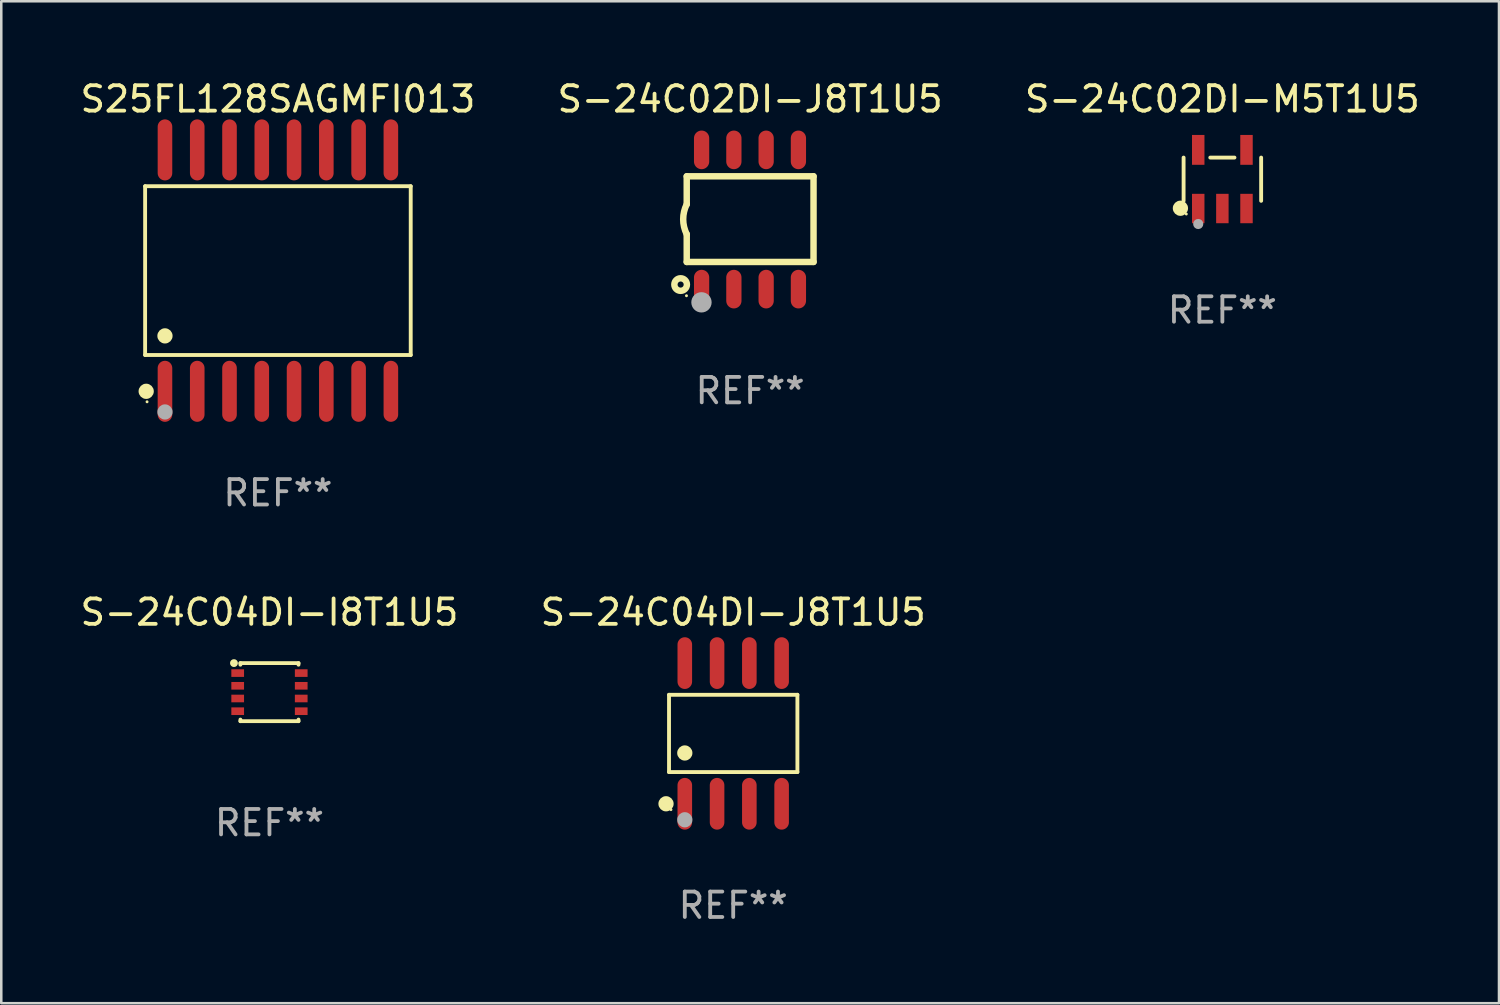
<source format=kicad_pcb>
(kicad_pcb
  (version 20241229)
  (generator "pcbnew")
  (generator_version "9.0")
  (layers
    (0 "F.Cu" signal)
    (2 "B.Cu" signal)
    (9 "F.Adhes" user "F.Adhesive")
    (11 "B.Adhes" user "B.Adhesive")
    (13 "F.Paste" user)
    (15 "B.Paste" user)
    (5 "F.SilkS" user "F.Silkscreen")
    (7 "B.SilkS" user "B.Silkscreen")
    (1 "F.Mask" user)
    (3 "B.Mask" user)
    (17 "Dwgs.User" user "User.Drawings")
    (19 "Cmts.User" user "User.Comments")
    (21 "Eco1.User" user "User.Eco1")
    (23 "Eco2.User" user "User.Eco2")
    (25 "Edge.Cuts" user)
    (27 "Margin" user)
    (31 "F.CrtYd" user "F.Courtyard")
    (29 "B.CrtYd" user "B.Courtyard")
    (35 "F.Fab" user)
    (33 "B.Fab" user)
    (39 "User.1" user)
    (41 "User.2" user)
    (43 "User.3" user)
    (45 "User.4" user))
  (footprint "S25FL128SAGMFI013"
    (layer "F.Cu")
    (at 7.887 7.599)
    (property "Reference" "S25FL128SAGMFI013" (at 0 -6.75 0) (layer "F.SilkS") (effects (font (size 1 1) (thickness 0.15))))
    (attr through_hole)
    (fp_line (start -5.226 -3.321) (end 5.226 -3.321) (stroke (width 0.152) (type solid)) (layer "F.SilkS"))
    (fp_line (start -5.226 3.321) (end -5.226 -3.321) (stroke (width 0.152) (type solid)) (layer "F.SilkS"))
    (fp_line (start 5.226 -3.321) (end 5.226 3.321) (stroke (width 0.152) (type solid)) (layer "F.SilkS"))
    (fp_line (start 5.226 3.321) (end -5.226 3.321) (stroke (width 0.152) (type solid)) (layer "F.SilkS"))
    (fp_circle (center -5.184 4.75) (end -5.034 4.75) (stroke (width 0.3) (type solid)) (fill no) (layer "F.SilkS"))
    (fp_circle (center -5.15 5.163) (end -5.12 5.163) (stroke (width 0.06) (type solid)) (fill no) (layer "F.SilkS"))
    (fp_circle (center -4.445 2.569) (end -4.295 2.569) (stroke (width 0.3) (type solid)) (fill no) (layer "F.SilkS"))
    (fp_circle (center -4.445 5.563) (end -4.295 5.563) (stroke (width 0.3) (type solid)) (fill no) (layer "F.Fab"))
    (fp_text user "REF**" (at 0 8.75 0) (layer "F.Fab") (effects (font (size 1 1) (thickness 0.15))))
    (pad "1" smd oval (at -4.445 4.75) (size 0.574 2.401) (layers "F.Cu" "F.Mask" "F.Paste"))
    (pad "2" smd oval (at -3.175 4.75) (size 0.574 2.401) (layers "F.Cu" "F.Mask" "F.Paste"))
    (pad "3" smd oval (at -1.905 4.75) (size 0.574 2.401) (layers "F.Cu" "F.Mask" "F.Paste"))
    (pad "4" smd oval (at -0.635 4.75) (size 0.574 2.401) (layers "F.Cu" "F.Mask" "F.Paste"))
    (pad "5" smd oval (at 0.635 4.75) (size 0.574 2.401) (layers "F.Cu" "F.Mask" "F.Paste"))
    (pad "6" smd oval (at 1.905 4.75) (size 0.574 2.401) (layers "F.Cu" "F.Mask" "F.Paste"))
    (pad "7" smd oval (at 3.175 4.75) (size 0.574 2.401) (layers "F.Cu" "F.Mask" "F.Paste"))
    (pad "8" smd oval (at 4.445 4.75) (size 0.574 2.401) (layers "F.Cu" "F.Mask" "F.Paste"))
    (pad "9" smd oval (at 4.445 -4.75) (size 0.574 2.401) (layers "F.Cu" "F.Mask" "F.Paste"))
    (pad "10" smd oval (at 3.175 -4.75) (size 0.574 2.401) (layers "F.Cu" "F.Mask" "F.Paste"))
    (pad "11" smd oval (at 1.905 -4.75) (size 0.574 2.401) (layers "F.Cu" "F.Mask" "F.Paste"))
    (pad "12" smd oval (at 0.635 -4.75) (size 0.574 2.401) (layers "F.Cu" "F.Mask" "F.Paste"))
    (pad "13" smd oval (at -0.635 -4.75) (size 0.574 2.401) (layers "F.Cu" "F.Mask" "F.Paste"))
    (pad "14" smd oval (at -1.905 -4.75) (size 0.574 2.401) (layers "F.Cu" "F.Mask" "F.Paste"))
    (pad "15" smd oval (at -3.175 -4.75) (size 0.574 2.401) (layers "F.Cu" "F.Mask" "F.Paste"))
    (pad "16" smd oval (at -4.445 -4.75) (size 0.574 2.401) (layers "F.Cu" "F.Mask" "F.Paste")))
  (footprint "S-24C04DI-J8T1U5"
    (layer "F.Cu")
    (at 25.804 25.813)
    (property "Reference" "S-24C04DI-J8T1U5" (at 0 -4.768 0) (layer "F.SilkS") (effects (font (size 1 1) (thickness 0.15))))
    (attr through_hole)
    (fp_line (start -2.526 -1.521) (end 2.526 -1.521) (stroke (width 0.152) (type solid)) (layer "F.SilkS"))
    (fp_line (start -2.526 1.521) (end -2.526 -1.521) (stroke (width 0.152) (type solid)) (layer "F.SilkS"))
    (fp_line (start 2.526 -1.521) (end 2.526 1.521) (stroke (width 0.152) (type solid)) (layer "F.SilkS"))
    (fp_line (start 2.526 1.521) (end -2.526 1.521) (stroke (width 0.152) (type solid)) (layer "F.SilkS"))
    (fp_circle (center -2.644 2.768) (end -2.494 2.768) (stroke (width 0.3) (type solid)) (fill no) (layer "F.SilkS"))
    (fp_circle (center -2.45 2.998) (end -2.42 2.998) (stroke (width 0.06) (type solid)) (fill no) (layer "F.SilkS"))
    (fp_circle (center -1.905 0.769) (end -1.755 0.769) (stroke (width 0.3) (type solid)) (fill no) (layer "F.SilkS"))
    (fp_circle (center -1.905 3.398) (end -1.755 3.398) (stroke (width 0.3) (type solid)) (fill no) (layer "F.Fab"))
    (fp_text user "REF**" (at 0 6.768 0) (layer "F.Fab") (effects (font (size 1 1) (thickness 0.15))))
    (pad "1" smd oval (at -1.905 2.768) (size 0.574 2.036) (layers "F.Cu" "F.Mask" "F.Paste"))
    (pad "2" smd oval (at -0.635 2.768) (size 0.574 2.036) (layers "F.Cu" "F.Mask" "F.Paste"))
    (pad "3" smd oval (at 0.635 2.768) (size 0.574 2.036) (layers "F.Cu" "F.Mask" "F.Paste"))
    (pad "4" smd oval (at 1.905 2.768) (size 0.574 2.036) (layers "F.Cu" "F.Mask" "F.Paste"))
    (pad "5" smd oval (at 1.905 -2.768) (size 0.574 2.036) (layers "F.Cu" "F.Mask" "F.Paste"))
    (pad "6" smd oval (at 0.635 -2.768) (size 0.574 2.036) (layers "F.Cu" "F.Mask" "F.Paste"))
    (pad "7" smd oval (at -0.635 -2.768) (size 0.574 2.036) (layers "F.Cu" "F.Mask" "F.Paste"))
    (pad "8" smd oval (at -1.905 -2.768) (size 0.574 2.036) (layers "F.Cu" "F.Mask" "F.Paste")))
  (footprint "S-24C02DI-M5T1U5"
    (layer "F.Cu")
    (at 45.054 4.002)
    (property "Reference" "S-24C02DI-M5T1U5" (at 0 -3.154 0) (layer "F.SilkS") (effects (font (size 1 1) (thickness 0.15))))
    (attr through_hole)
    (fp_line (start -1.526 0.851) (end -1.526 -0.851) (stroke (width 0.152) (type solid)) (layer "F.SilkS"))
    (fp_line (start 0.476 -0.851) (end -0.476 -0.851) (stroke (width 0.152) (type solid)) (layer "F.SilkS"))
    (fp_line (start 1.526 0.851) (end 1.526 -0.851) (stroke (width 0.152) (type solid)) (layer "F.SilkS"))
    (fp_circle (center -1.651 1.143) (end -1.501 1.143) (stroke (width 0.3) (type solid)) (fill no) (layer "F.SilkS"))
    (fp_circle (center -1.42 1.37) (end -1.39 1.37) (stroke (width 0.06) (type solid)) (fill no) (layer "F.SilkS"))
    (fp_circle (center -0.95 1.763) (end -0.85 1.763) (stroke (width 0.2) (type solid)) (fill no) (layer "F.Fab"))
    (fp_text user "REF**" (at 0 5.154 0) (layer "F.Fab") (effects (font (size 1 1) (thickness 0.15))))
    (pad "1" smd rect (at -0.95 1.154) (size 0.49 1.157) (layers "F.Cu" "F.Mask" "F.Paste"))
    (pad "2" smd rect (at 0 1.154) (size 0.49 1.157) (layers "F.Cu" "F.Mask" "F.Paste"))
    (pad "3" smd rect (at 0.95 1.154) (size 0.49 1.157) (layers "F.Cu" "F.Mask" "F.Paste"))
    (pad "4" smd rect (at 0.95 -1.154) (size 0.49 1.175) (layers "F.Cu" "F.Mask" "F.Paste"))
    (pad "5" smd rect (at -0.95 -1.154) (size 0.49 1.175) (layers "F.Cu" "F.Mask" "F.Paste")))
  (footprint "S-24C04DI-I8T1U5"
    (layer "F.Cu")
    (at 7.554 24.188)
    (property "Reference" "S-24C04DI-I8T1U5" (at 0 -3.143 0) (layer "F.SilkS") (effects (font (size 1 1) (thickness 0.15))))
    (attr through_hole)
    (fp_line (start -1.143 -1.143) (end -1.143 -1.079) (stroke (width 0.15) (type solid)) (layer "F.SilkS"))
    (fp_line (start -1.143 1.079) (end -1.143 1.143) (stroke (width 0.15) (type solid)) (layer "F.SilkS"))
    (fp_line (start -1.143 1.143) (end 1.143 1.143) (stroke (width 0.15) (type solid)) (layer "F.SilkS"))
    (fp_line (start 1.143 -1.143) (end -1.143 -1.143) (stroke (width 0.15) (type solid)) (layer "F.SilkS"))
    (fp_line (start 1.143 -1.079) (end 1.143 -1.143) (stroke (width 0.15) (type solid)) (layer "F.SilkS"))
    (fp_line (start 1.143 1.143) (end 1.143 1.079) (stroke (width 0.15) (type solid)) (layer "F.SilkS"))
    (fp_circle (center -1.397 -1.143) (end -1.317 -1.143) (stroke (width 0.15) (type solid)) (fill no) (layer "F.SilkS"))
    (fp_text user "REF**" (at 0 5.143 0) (layer "F.Fab") (effects (font (size 1 1) (thickness 0.15))))
    (pad "1" smd rect (at -1.25 -0.75 270) (size 0.3 0.5) (layers "F.Cu" "F.Mask" "F.Paste"))
    (pad "2" smd rect (at -1.25 -0.25 270) (size 0.3 0.5) (layers "F.Cu" "F.Mask" "F.Paste"))
    (pad "3" smd rect (at -1.25 0.25 270) (size 0.3 0.5) (layers "F.Cu" "F.Mask" "F.Paste"))
    (pad "4" smd rect (at -1.25 0.75 270) (size 0.3 0.5) (layers "F.Cu" "F.Mask" "F.Paste"))
    (pad "5" smd rect (at 1.25 0.75 270) (size 0.3 0.5) (layers "F.Cu" "F.Mask" "F.Paste"))
    (pad "6" smd rect (at 1.25 0.25 270) (size 0.3 0.5) (layers "F.Cu" "F.Mask" "F.Paste"))
    (pad "7" smd rect (at 1.25 -0.25 270) (size 0.3 0.5) (layers "F.Cu" "F.Mask" "F.Paste"))
    (pad "8" smd rect (at 1.25 -0.75 270) (size 0.3 0.5) (layers "F.Cu" "F.Mask" "F.Paste")))
  (footprint "S-24C02DI-J8T1U5"
    (layer "F.Cu")
    (at 26.47 5.588)
    (property "Reference" "S-24C02DI-J8T1U5" (at 0 -4.74 0) (layer "F.SilkS") (effects (font (size 1 1) (thickness 0.15))))
    (attr through_hole)
    (fp_line (start -2.495 -1.7) (end 2.495 -1.7) (stroke (width 0.254) (type solid)) (layer "F.SilkS"))
    (fp_line (start -2.495 -0.6) (end -2.495 -1.7) (stroke (width 0.254) (type solid)) (layer "F.SilkS"))
    (fp_line (start -2.495 1.671) (end -2.495 0.58) (stroke (width 0.254) (type solid)) (layer "F.SilkS"))
    (fp_line (start 2.495 -1.7) (end 2.495 1.671) (stroke (width 0.254) (type solid)) (layer "F.SilkS"))
    (fp_line (start 2.495 1.671) (end -2.495 1.671) (stroke (width 0.254) (type solid)) (layer "F.SilkS"))
    (fp_arc (start -2.495009 0.58001) (mid -2.634112 -0.009995) (end -2.495009 -0.6) (stroke (width 0.254001) (type solid)) (layer "F.SilkS"))
    (fp_circle (center -2.735 2.56) (end -2.615 2.56) (stroke (width 0.254) (type solid)) (fill no) (layer "F.SilkS"))
    (fp_circle (center -2.505 3) (end -2.475 3) (stroke (width 0.06) (type solid)) (fill no) (layer "F.SilkS"))
    (fp_circle (center -1.915 3.26) (end -1.715 3.26) (stroke (width 0.4) (type solid)) (fill no) (layer "F.Fab"))
    (fp_text user "REF**" (at 0 6.74 0) (layer "F.Fab") (effects (font (size 1 1) (thickness 0.15))))
    (pad "1" smd oval (at -1.91 2.74) (size 0.6 1.52) (layers "F.Cu" "F.Mask" "F.Paste"))
    (pad "2" smd oval (at -0.64 2.74) (size 0.6 1.52) (layers "F.Cu" "F.Mask" "F.Paste"))
    (pad "3" smd oval (at 0.63 2.74) (size 0.6 1.52) (layers "F.Cu" "F.Mask" "F.Paste"))
    (pad "4" smd oval (at 1.9 2.74) (size 0.6 1.52) (layers "F.Cu" "F.Mask" "F.Paste"))
    (pad "5" smd oval (at 1.9 -2.74) (size 0.6 1.52) (layers "F.Cu" "F.Mask" "F.Paste"))
    (pad "6" smd oval (at 0.63 -2.74) (size 0.6 1.52) (layers "F.Cu" "F.Mask" "F.Paste"))
    (pad "7" smd oval (at -0.64 -2.74) (size 0.6 1.52) (layers "F.Cu" "F.Mask" "F.Paste"))
    (pad "8" smd oval (at -1.91 -2.74) (size 0.6 1.52) (layers "F.Cu" "F.Mask" "F.Paste")))
  (gr_rect
    (start -3 -3)
    (end 55.94 36.429)
    (stroke (width 0.1) (type default))
    (fill no)
    (layer "Edge.Cuts")))
</source>
